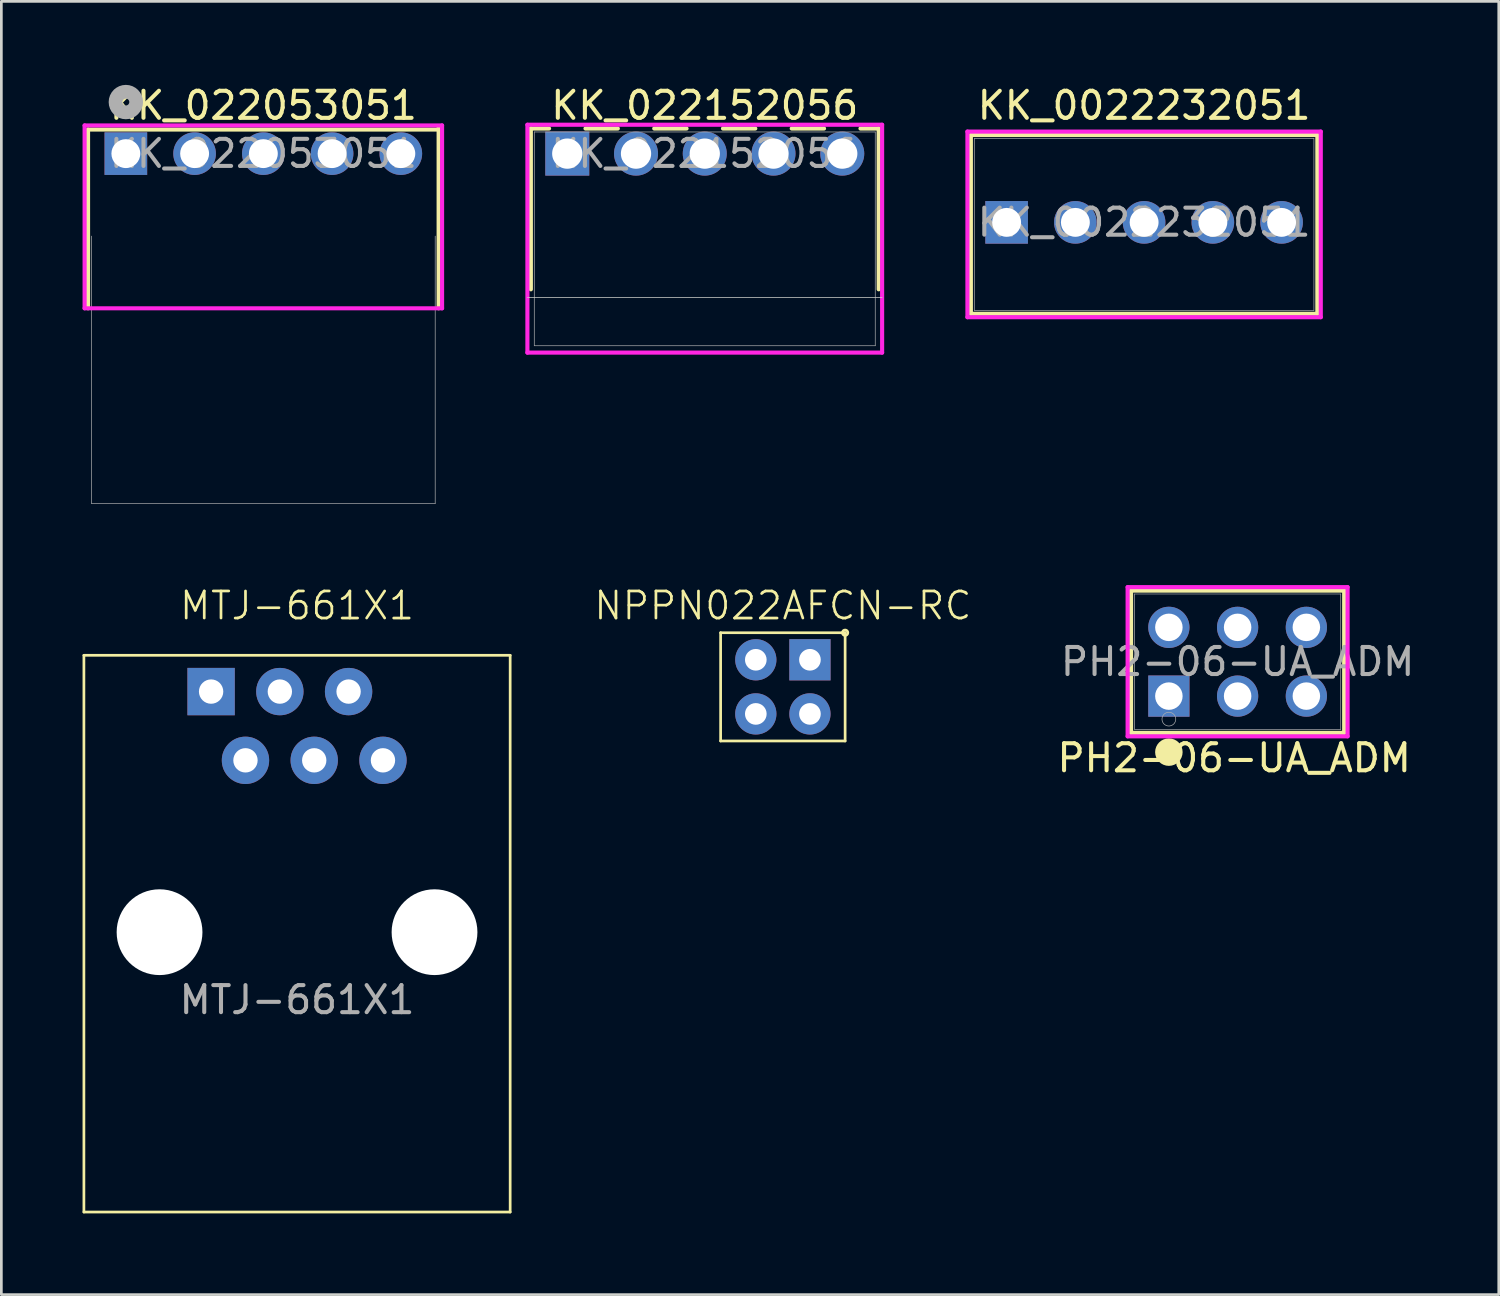
<source format=kicad_pcb>
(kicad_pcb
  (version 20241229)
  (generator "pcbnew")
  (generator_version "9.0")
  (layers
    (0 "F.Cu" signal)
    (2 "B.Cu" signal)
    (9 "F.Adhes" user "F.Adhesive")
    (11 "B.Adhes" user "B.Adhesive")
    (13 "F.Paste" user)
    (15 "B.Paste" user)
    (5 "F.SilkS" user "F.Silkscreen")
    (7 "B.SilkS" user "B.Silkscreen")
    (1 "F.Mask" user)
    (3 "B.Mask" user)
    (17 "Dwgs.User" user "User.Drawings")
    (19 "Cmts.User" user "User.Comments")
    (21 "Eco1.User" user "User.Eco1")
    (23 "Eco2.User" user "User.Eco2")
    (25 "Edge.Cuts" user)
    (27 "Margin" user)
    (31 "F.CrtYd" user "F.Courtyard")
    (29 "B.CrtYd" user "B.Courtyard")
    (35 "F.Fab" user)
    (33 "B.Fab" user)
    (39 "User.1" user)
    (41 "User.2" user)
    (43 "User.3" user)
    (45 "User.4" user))
  (footprint "KK_022152056"
    (layer "F.Cu")
    (at 17.91 2.626)
    (property "Reference" "KK_022152056" (at 5.08 -1.778 0) (unlocked yes) (layer "F.SilkS") (effects (font (size 1 1) (thickness 0.15))))
    (attr through_hole)
    (fp_line (start -1.346 -0.927) (end -1.346 5.014) (stroke (width 0.152) (type solid)) (layer "F.SilkS"))
    (fp_line (start -0.673 -0.927) (end -1.346 -0.927) (stroke (width 0.152) (type solid)) (layer "F.SilkS"))
    (fp_line (start 1.867 -0.927) (end 0.673 -0.927) (stroke (width 0.152) (type solid)) (layer "F.SilkS"))
    (fp_line (start 4.407 -0.927) (end 3.213 -0.927) (stroke (width 0.152) (type solid)) (layer "F.SilkS"))
    (fp_line (start 6.947 -0.927) (end 5.753 -0.927) (stroke (width 0.152) (type solid)) (layer "F.SilkS"))
    (fp_line (start 9.487 -0.927) (end 8.293 -0.927) (stroke (width 0.152) (type solid)) (layer "F.SilkS"))
    (fp_line (start 11.506 -0.927) (end 10.833 -0.927) (stroke (width 0.152) (type solid)) (layer "F.SilkS"))
    (fp_line (start 11.506 5.014) (end 11.506 -0.927) (stroke (width 0.152) (type solid)) (layer "F.SilkS"))
    (fp_line (start -1.473 5.321) (end 11.633 5.321) (stroke (width 0.025) (type solid)) (layer "Edge.Cuts"))
    (fp_line (start -1.473 -1.067) (end -1.473 7.353) (stroke (width 0.152) (type solid)) (layer "F.CrtYd"))
    (fp_line (start -1.473 7.353) (end 11.633 7.353) (stroke (width 0.152) (type solid)) (layer "F.CrtYd"))
    (fp_line (start 11.633 -1.067) (end -1.473 -1.067) (stroke (width 0.152) (type solid)) (layer "F.CrtYd"))
    (fp_line (start 11.633 7.353) (end 11.633 -1.067) (stroke (width 0.152) (type solid)) (layer "F.CrtYd"))
    (fp_line (start -1.219 -0.8) (end -1.219 7.099) (stroke (width 0.025) (type solid)) (layer "F.Fab"))
    (fp_line (start -1.219 7.099) (end 11.379 7.099) (stroke (width 0.025) (type solid)) (layer "F.Fab"))
    (fp_line (start 11.379 -0.8) (end -1.219 -0.8) (stroke (width 0.025) (type solid)) (layer "F.Fab"))
    (fp_line (start 11.379 7.099) (end 11.379 -0.8) (stroke (width 0.025) (type solid)) (layer "F.Fab"))
    (fp_text user "${REFERENCE}" (at 5.08 0 0) (unlocked yes) (layer "F.Fab") (effects (font (size 1 1) (thickness 0.15))))
    (pad "1" thru_hole rect (at 0 0) (size 1.626 1.626) (drill 1.118) (layers "*.Cu" "*.Mask"))
    (pad "2" thru_hole circle (at 2.54 0) (size 1.626 1.626) (drill 1.118) (layers "*.Cu" "*.Mask"))
    (pad "3" thru_hole circle (at 5.08 0) (size 1.626 1.626) (drill 1.118) (layers "*.Cu" "*.Mask"))
    (pad "4" thru_hole circle (at 7.62 0) (size 1.626 1.626) (drill 1.118) (layers "*.Cu" "*.Mask"))
    (pad "5" thru_hole circle (at 10.16 0) (size 1.626 1.626) (drill 1.118) (layers "*.Cu" "*.Mask")))
  (footprint "MTJ-661X1"
    (layer "F.Cu")
    (at 7.925 31.393)
    (property "Reference" "MTJ-661X1" (at 0 -12.065 0) (unlocked yes) (layer "F.SilkS") (effects (font (size 1 1) (thickness 0.1))))
    (attr through_hole)
    (fp_line (start -7.875 -10.23) (end 7.875 -10.23) (stroke (width 0.1) (type default)) (layer "F.SilkS"))
    (fp_line (start -7.875 10.34) (end -7.875 -10.23) (stroke (width 0.1) (type default)) (layer "F.SilkS"))
    (fp_line (start -7.875 10.34) (end 7.875 10.34) (stroke (width 0.1) (type default)) (layer "F.SilkS"))
    (fp_line (start 7.875 10.34) (end 7.875 -10.23) (stroke (width 0.1) (type default)) (layer "F.SilkS"))
    (fp_text user "${REFERENCE}" (at 0 2.5 0) (unlocked yes) (layer "F.Fab") (effects (font (size 1 1) (thickness 0.15))))
    (pad "" np_thru_hole circle (at -5.08 0) (size 3.17 3.17) (drill 3.17) (layers "*.Cu" "*.Mask"))
    (pad "" np_thru_hole circle (at 5.08 0) (size 3.17 3.17) (drill 3.17) (layers "*.Cu" "*.Mask"))
    (pad "1" thru_hole rect (at -3.175 -8.89) (size 1.75 1.75) (drill 0.9) (layers "*.Cu" "*.Mask"))
    (pad "2" thru_hole circle (at -1.905 -6.35) (size 1.75 1.75) (drill 0.9) (layers "*.Cu" "*.Mask"))
    (pad "3" thru_hole circle (at -0.635 -8.89) (size 1.75 1.75) (drill 0.9) (layers "*.Cu" "*.Mask"))
    (pad "4" thru_hole circle (at 0.635 -6.35) (size 1.75 1.75) (drill 0.9) (layers "*.Cu" "*.Mask"))
    (pad "5" thru_hole circle (at 1.905 -8.89) (size 1.75 1.75) (drill 0.9) (layers "*.Cu" "*.Mask"))
    (pad "6" thru_hole circle (at 3.175 -6.35) (size 1.75 1.75) (drill 0.9) (layers "*.Cu" "*.Mask")))
  (footprint "NPPN022AFCN-RC"
    (layer "F.Cu")
    (at 25.876 22.328)
    (property "Reference" "NPPN022AFCN-RC" (at 0 -3 0) (unlocked yes) (layer "F.SilkS") (effects (font (size 1 1) (thickness 0.1))))
    (attr through_hole)
    (fp_line (start -2.3 -2) (end 2.3 -2) (stroke (width 0.1) (type default)) (layer "F.SilkS"))
    (fp_line (start -2.3 2) (end -2.3 -2) (stroke (width 0.1) (type default)) (layer "F.SilkS"))
    (fp_line (start 2.3 -2) (end 2.3 2) (stroke (width 0.1) (type default)) (layer "F.SilkS"))
    (fp_line (start 2.3 2) (end -2.3 2) (stroke (width 0.1) (type default)) (layer "F.SilkS"))
    (fp_circle (center 2.3 -2) (end 2.3 -1.9) (stroke (width 0.1) (type default)) (fill no) (layer "F.SilkS"))
    (pad "1" thru_hole rect (at 1 -1) (size 1.524 1.524) (drill 0.8) (layers "*.Cu" "*.Mask"))
    (pad "2" thru_hole circle (at 1 1) (size 1.524 1.524) (drill 0.8) (layers "*.Cu" "*.Mask"))
    (pad "3" thru_hole circle (at -1 1) (size 1.524 1.524) (drill 0.8) (layers "*.Cu" "*.Mask"))
    (pad "4" thru_hole circle (at -1 -1) (size 1.524 1.524) (drill 0.8) (layers "*.Cu" "*.Mask")))
  (footprint "KK_0022232051"
    (layer "F.Cu")
    (at 34.143 5.166)
    (property "Reference" "KK_0022232051" (at 5.08 -4.318 0) (unlocked yes) (layer "F.SilkS") (effects (font (size 1 1) (thickness 0.15))))
    (attr through_hole)
    (fp_line (start -1.321 -3.227) (end -1.321 3.377) (stroke (width 0.152) (type solid)) (layer "F.SilkS"))
    (fp_line (start -1.321 3.377) (end 11.481 3.377) (stroke (width 0.152) (type solid)) (layer "F.SilkS"))
    (fp_line (start 11.481 -3.227) (end -1.321 -3.227) (stroke (width 0.152) (type solid)) (layer "F.SilkS"))
    (fp_line (start 11.481 3.377) (end 11.481 -3.227) (stroke (width 0.152) (type solid)) (layer "F.SilkS"))
    (fp_line (start -1.448 -3.354) (end -1.448 3.504) (stroke (width 0.152) (type solid)) (layer "F.CrtYd"))
    (fp_line (start -1.448 3.504) (end 11.608 3.504) (stroke (width 0.152) (type solid)) (layer "F.CrtYd"))
    (fp_line (start 11.608 -3.354) (end -1.448 -3.354) (stroke (width 0.152) (type solid)) (layer "F.CrtYd"))
    (fp_line (start 11.608 3.504) (end 11.608 -3.354) (stroke (width 0.152) (type solid)) (layer "F.CrtYd"))
    (fp_line (start -1.194 -3.1) (end -1.194 3.25) (stroke (width 0.025) (type solid)) (layer "F.Fab"))
    (fp_line (start -1.194 3.25) (end 11.354 3.25) (stroke (width 0.025) (type solid)) (layer "F.Fab"))
    (fp_line (start 11.354 -3.1) (end -1.194 -3.1) (stroke (width 0.025) (type solid)) (layer "F.Fab"))
    (fp_line (start 11.354 3.25) (end 11.354 -3.1) (stroke (width 0.025) (type solid)) (layer "F.Fab"))
    (fp_text user "${REFERENCE}" (at 5.08 0 0) (unlocked yes) (layer "F.Fab") (effects (font (size 1 1) (thickness 0.15))))
    (pad "1" thru_hole rect (at 0 0) (size 1.575 1.575) (drill 1.067) (layers "*.Cu" "*.Mask"))
    (pad "2" thru_hole circle (at 2.54 0) (size 1.575 1.575) (drill 1.067) (layers "*.Cu" "*.Mask"))
    (pad "3" thru_hole circle (at 5.08 0) (size 1.575 1.575) (drill 1.067) (layers "*.Cu" "*.Mask"))
    (pad "4" thru_hole circle (at 7.62 0) (size 1.575 1.575) (drill 1.067) (layers "*.Cu" "*.Mask"))
    (pad "5" thru_hole circle (at 10.16 0) (size 1.575 1.575) (drill 1.067) (layers "*.Cu" "*.Mask")))
  (footprint "KK_022053051"
    (layer "F.Cu")
    (at 1.6 2.626)
    (property "Reference" "KK_022053051" (at 5.08 -1.778 0) (unlocked yes) (layer "F.SilkS") (effects (font (size 1 1) (thickness 0.15))))
    (attr through_hole)
    (fp_line (start -1.397 -0.889) (end -1.397 5.715) (stroke (width 0.152) (type solid)) (layer "F.SilkS"))
    (fp_line (start 11.557 -0.889) (end -1.397 -0.889) (stroke (width 0.152) (type solid)) (layer "F.SilkS"))
    (fp_line (start 11.557 5.715) (end 11.557 -1.016) (stroke (width 0.152) (type solid)) (layer "F.SilkS"))
    (fp_line (start -1.524 -1.041) (end -1.524 5.715) (stroke (width 0.152) (type solid)) (layer "F.CrtYd"))
    (fp_line (start -1.524 5.715) (end 11.684 5.715) (stroke (width 0.152) (type solid)) (layer "F.CrtYd"))
    (fp_line (start 11.684 -1.041) (end -1.524 -1.041) (stroke (width 0.152) (type solid)) (layer "F.CrtYd"))
    (fp_line (start 11.684 5.715) (end 11.684 -1.041) (stroke (width 0.152) (type solid)) (layer "F.CrtYd"))
    (fp_line (start -1.27 3.048) (end -1.27 12.929) (stroke (width 0.025) (type solid)) (layer "F.Fab"))
    (fp_line (start -1.27 12.929) (end 11.43 12.929) (stroke (width 0.025) (type solid)) (layer "F.Fab"))
    (fp_line (start 11.43 5.715) (end -1.27 5.715) (stroke (width 0.025) (type solid)) (layer "F.Fab"))
    (fp_line (start 11.43 12.929) (end 11.43 3.048) (stroke (width 0.025) (type solid)) (layer "F.Fab"))
    (fp_circle (center 0 -1.905) (end 0.381 -1.905) (stroke (width 0.508) (type solid)) (fill no) (layer "F.Fab"))
    (fp_text user "${REFERENCE}" (at 5.08 0 0) (unlocked yes) (layer "F.Fab") (effects (font (size 1 1) (thickness 0.15))))
    (pad "1" thru_hole rect (at 0 0) (size 1.575 1.575) (drill 1.067) (layers "*.Cu" "*.Mask"))
    (pad "2" thru_hole circle (at 2.54 0) (size 1.575 1.575) (drill 1.067) (layers "*.Cu" "*.Mask"))
    (pad "3" thru_hole circle (at 5.08 0) (size 1.575 1.575) (drill 1.067) (layers "*.Cu" "*.Mask"))
    (pad "4" thru_hole circle (at 7.62 0) (size 1.575 1.575) (drill 1.067) (layers "*.Cu" "*.Mask"))
    (pad "5" thru_hole circle (at 10.16 0) (size 1.575 1.575) (drill 1.067) (layers "*.Cu" "*.Mask")))
  (footprint "PH2-06-UA_ADM"
    (layer "F.Cu")
    (at 40.138 22.67)
    (property "Reference" "PH2-06-UA_ADM" (at 2.413 2.286 0) (unlocked yes) (layer "F.SilkS") (effects (font (size 1 1) (thickness 0.15))))
    (attr through_hole)
    (fp_line (start -1.397 -3.899) (end -1.397 1.359) (stroke (width 0.152) (type solid)) (layer "F.SilkS"))
    (fp_line (start -1.397 1.359) (end 6.477 1.359) (stroke (width 0.152) (type solid)) (layer "F.SilkS"))
    (fp_line (start 6.477 -3.899) (end -1.397 -3.899) (stroke (width 0.152) (type solid)) (layer "F.SilkS"))
    (fp_line (start 6.477 1.359) (end 6.477 -3.899) (stroke (width 0.152) (type solid)) (layer "F.SilkS"))
    (fp_circle (center 0 2.07) (end 0.254 2.07) (stroke (width 0.508) (type solid)) (fill no) (layer "F.SilkS"))
    (fp_line (start -1.524 -4.026) (end -1.524 1.486) (stroke (width 0.152) (type solid)) (layer "F.CrtYd"))
    (fp_line (start -1.524 1.486) (end 6.604 1.486) (stroke (width 0.152) (type solid)) (layer "F.CrtYd"))
    (fp_line (start 6.604 -4.026) (end -1.524 -4.026) (stroke (width 0.152) (type solid)) (layer "F.CrtYd"))
    (fp_line (start 6.604 1.486) (end 6.604 -4.026) (stroke (width 0.152) (type solid)) (layer "F.CrtYd"))
    (fp_line (start -1.27 -3.772) (end -1.27 1.232) (stroke (width 0.025) (type solid)) (layer "F.Fab"))
    (fp_line (start -1.27 1.232) (end 6.35 1.232) (stroke (width 0.025) (type solid)) (layer "F.Fab"))
    (fp_line (start 6.35 -3.772) (end -1.27 -3.772) (stroke (width 0.025) (type solid)) (layer "F.Fab"))
    (fp_line (start 6.35 1.232) (end 6.35 -3.772) (stroke (width 0.025) (type solid)) (layer "F.Fab"))
    (fp_circle (center 0 0.851) (end 0.254 0.851) (stroke (width 0.025) (type solid)) (fill no) (layer "F.Fab"))
    (fp_text user "${REFERENCE}" (at 2.54 -1.27 0) (unlocked yes) (layer "F.Fab") (effects (font (size 1 1) (thickness 0.15))))
    (pad "1" thru_hole rect (at 0 0) (size 1.524 1.524) (drill 1.016) (layers "*.Cu" "*.Mask"))
    (pad "2" thru_hole circle (at 2.54 0) (size 1.524 1.524) (drill 1.016) (layers "*.Cu" "*.Mask"))
    (pad "3" thru_hole circle (at 5.08 0) (size 1.524 1.524) (drill 1.016) (layers "*.Cu" "*.Mask"))
    (pad "4" thru_hole circle (at 5.08 -2.54) (size 1.524 1.524) (drill 1.016) (layers "*.Cu" "*.Mask"))
    (pad "5" thru_hole circle (at 2.54 -2.54) (size 1.524 1.524) (drill 1.016) (layers "*.Cu" "*.Mask"))
    (pad "6" thru_hole circle (at 0 -2.54) (size 1.524 1.524) (drill 1.016) (layers "*.Cu" "*.Mask")))
  (gr_rect
    (start -3 -3)
    (end 52.327 44.783)
    (stroke (width 0.1) (type default))
    (fill no)
    (layer "Edge.Cuts")))
</source>
